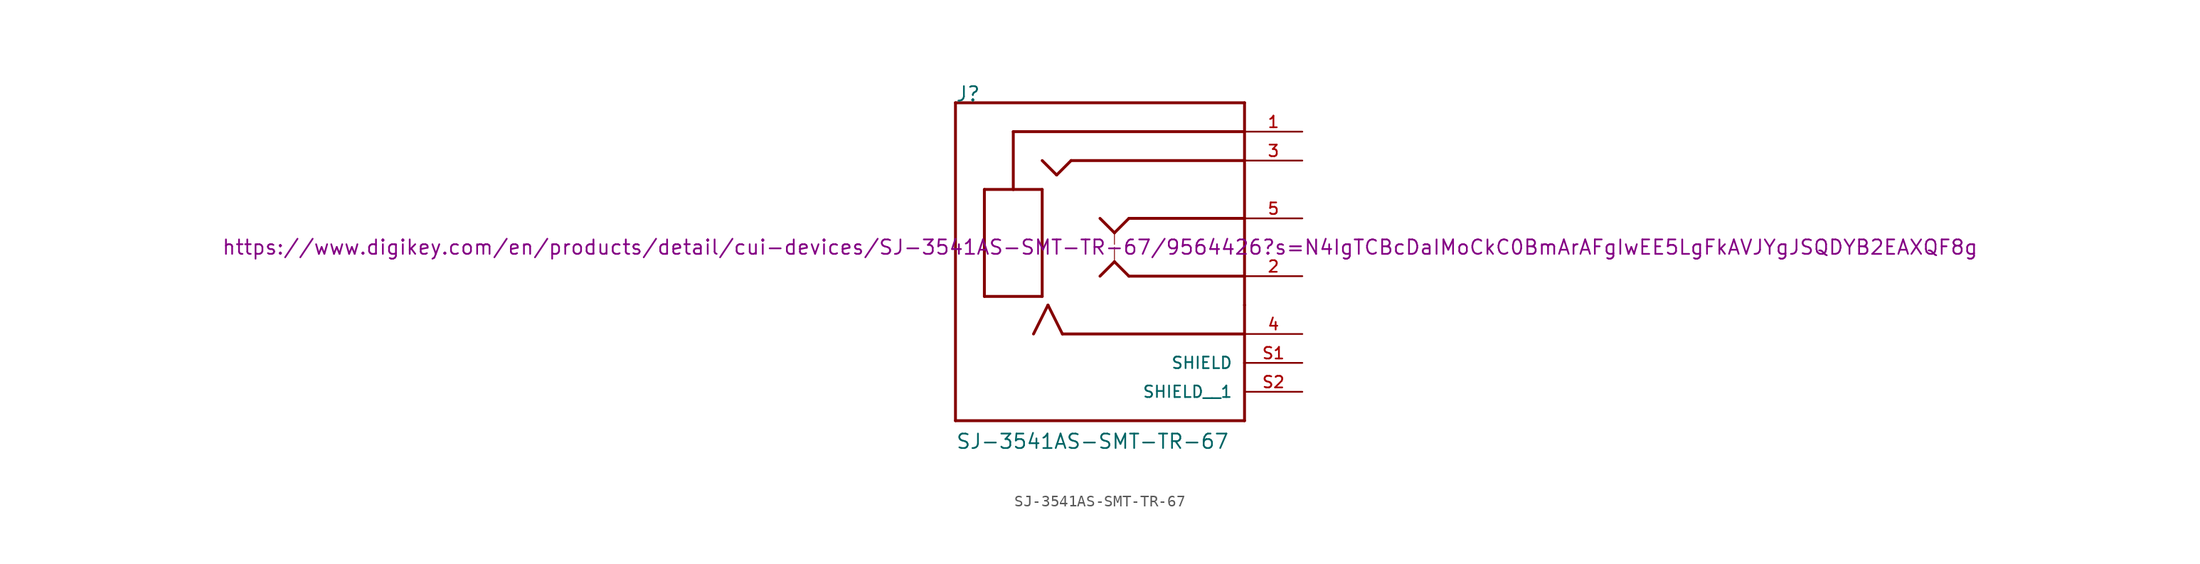
<source format=kicad_sym>
(kicad_symbol_lib
  (version 20220914)
  (generator kicad_symbol_editor)
  (symbol "SJ-3541AS-SMT-TR-67"
    (pin_names
      (offset 1.016))
    (property "Reference" "J"
      (at -12.725 12.725 0)
      (effects (font (size 1.27 1.27)) (justify left bottom)))
    (property "Value" "SJ-3541AS-SMT-TR-67"
      (at -12.7 -17.805 0)
      (effects (font (size 1.27 1.27)) (justify left bottom)))
    (property "DK Link" "https://www.digikey.com/en/products/detail/cui-devices/SJ-3541AS-SMT-TR-67/9564426?s=N4IgTCBcDaIMoCkC0BmArAFgIwEE5LgFkAVJYgJSQDYB2EAXQF8g"
      (at 0 0 0)
      (effects (font (size 1.27 1.27))))
    (symbol "SJ-3541AS-SMT-TR-67_0_0"
      (polyline (pts (xy -12.7 -15.24) (xy -12.7 12.7)) (stroke (width 0.254) (type solid)) (fill (type none)))
      (polyline (pts (xy -12.7 12.7) (xy 12.7 12.7)) (stroke (width 0.254) (type solid)) (fill (type none)))
      (polyline (pts (xy -10.16 -4.318) (xy -5.08 -4.318)) (stroke (width 0.254) (type solid)) (fill (type none)))
      (polyline (pts (xy -10.16 5.08) (xy -10.16 -4.318)) (stroke (width 0.254) (type solid)) (fill (type none)))
      (polyline (pts (xy -7.62 5.08) (xy -10.16 5.08)) (stroke (width 0.254) (type solid)) (fill (type none)))
      (polyline (pts (xy -7.62 5.08) (xy -7.62 10.16)) (stroke (width 0.254) (type solid)) (fill (type none)))
      (polyline (pts (xy -7.62 10.16) (xy 12.7 10.16)) (stroke (width 0.254) (type solid)) (fill (type none)))
      (polyline (pts (xy -5.842 -7.62) (xy -4.572 -5.08)) (stroke (width 0.254) (type solid)) (fill (type none)))
      (polyline (pts (xy -5.08 -4.318) (xy -5.08 5.08)) (stroke (width 0.254) (type solid)) (fill (type none)))
      (polyline (pts (xy -5.08 5.08) (xy -7.62 5.08)) (stroke (width 0.254) (type solid)) (fill (type none)))
      (polyline (pts (xy -5.08 7.62) (xy -3.81 6.35)) (stroke (width 0.254) (type solid)) (fill (type none)))
      (polyline (pts (xy -4.572 -5.08) (xy -3.302 -7.62)) (stroke (width 0.254) (type solid)) (fill (type none)))
      (polyline (pts (xy -3.81 6.35) (xy -2.54 7.62)) (stroke (width 0.254) (type solid)) (fill (type none)))
      (polyline (pts (xy -3.302 -7.62) (xy 12.7 -7.62)) (stroke (width 0.254) (type solid)) (fill (type none)))
      (polyline (pts (xy -2.54 7.62) (xy 12.7 7.62)) (stroke (width 0.254) (type solid)) (fill (type none)))
      (polyline (pts (xy 0 -2.54) (xy 1.27 -1.27)) (stroke (width 0.254) (type solid)) (fill (type none)))
      (polyline (pts (xy 0 2.54) (xy 1.27 1.27)) (stroke (width 0.254) (type solid)) (fill (type none)))
      (polyline (pts (xy 1.27 -1.27) (xy 2.54 -2.54)) (stroke (width 0.254) (type solid)) (fill (type none)))
      (polyline (pts (xy 1.27 0) (xy 1.27 -1.27)) (stroke (width 0.076) (type solid)) (fill (type none)))
      (polyline (pts (xy 1.27 1.27) (xy 1.27 0.254)) (stroke (width 0.076) (type solid)) (fill (type none)))
      (polyline (pts (xy 1.27 1.27) (xy 2.54 2.54)) (stroke (width 0.254) (type solid)) (fill (type none)))
      (polyline (pts (xy 2.54 -2.54) (xy 12.7 -2.54)) (stroke (width 0.254) (type solid)) (fill (type none)))
      (polyline (pts (xy 2.54 2.54) (xy 12.7 2.54)) (stroke (width 0.254) (type solid)) (fill (type none)))
      (polyline (pts (xy 12.7 -15.24) (xy -12.7 -15.24)) (stroke (width 0.254) (type solid)) (fill (type none)))
      (polyline (pts (xy 12.7 -10.16) (xy 12.7 -15.24)) (stroke (width 0.254) (type solid)) (fill (type none)))
      (polyline (pts (xy 12.7 -5.08) (xy 12.7 -10.16)) (stroke (width 0.254) (type solid)) (fill (type none)))
      (polyline (pts (xy 12.7 2.54) (xy 12.7 -5.08)) (stroke (width 0.254) (type solid)) (fill (type none)))
      (polyline (pts (xy 12.7 7.62) (xy 12.7 2.54)) (stroke (width 0.254) (type solid)) (fill (type none)))
      (polyline (pts (xy 12.7 12.7) (xy 12.7 7.62)) (stroke (width 0.254) (type solid)) (fill (type none)))
      (pin passive line (at 17.78 10.16 180) (length 5.08) (name "~" (effects (font (size 1.016 1.016)))) (number "1" (effects (font (size 1.016 1.016)))))
      (pin passive line (at 17.78 -2.54 180) (length 5.08) (name "~" (effects (font (size 1.016 1.016)))) (number "2" (effects (font (size 1.016 1.016)))))
      (pin passive line (at 17.78 7.62 180) (length 5.08) (name "~" (effects (font (size 1.016 1.016)))) (number "3" (effects (font (size 1.016 1.016)))))
      (pin passive line (at 17.78 -7.62 180) (length 5.08) (name "~" (effects (font (size 1.016 1.016)))) (number "4" (effects (font (size 1.016 1.016)))))
      (pin passive line (at 17.78 2.54 180) (length 5.08) (name "~" (effects (font (size 1.016 1.016)))) (number "5" (effects (font (size 1.016 1.016)))))
      (pin passive line (at 17.78 -10.16 180) (length 5.08) (name "SHIELD" (effects (font (size 1.016 1.016)))) (number "S1" (effects (font (size 1.016 1.016)))))
      (pin passive line (at 17.78 -12.7 180) (length 5.08) (name "SHIELD__1" (effects (font (size 1.016 1.016)))) (number "S2" (effects (font (size 1.016 1.016))))))))
</source>
